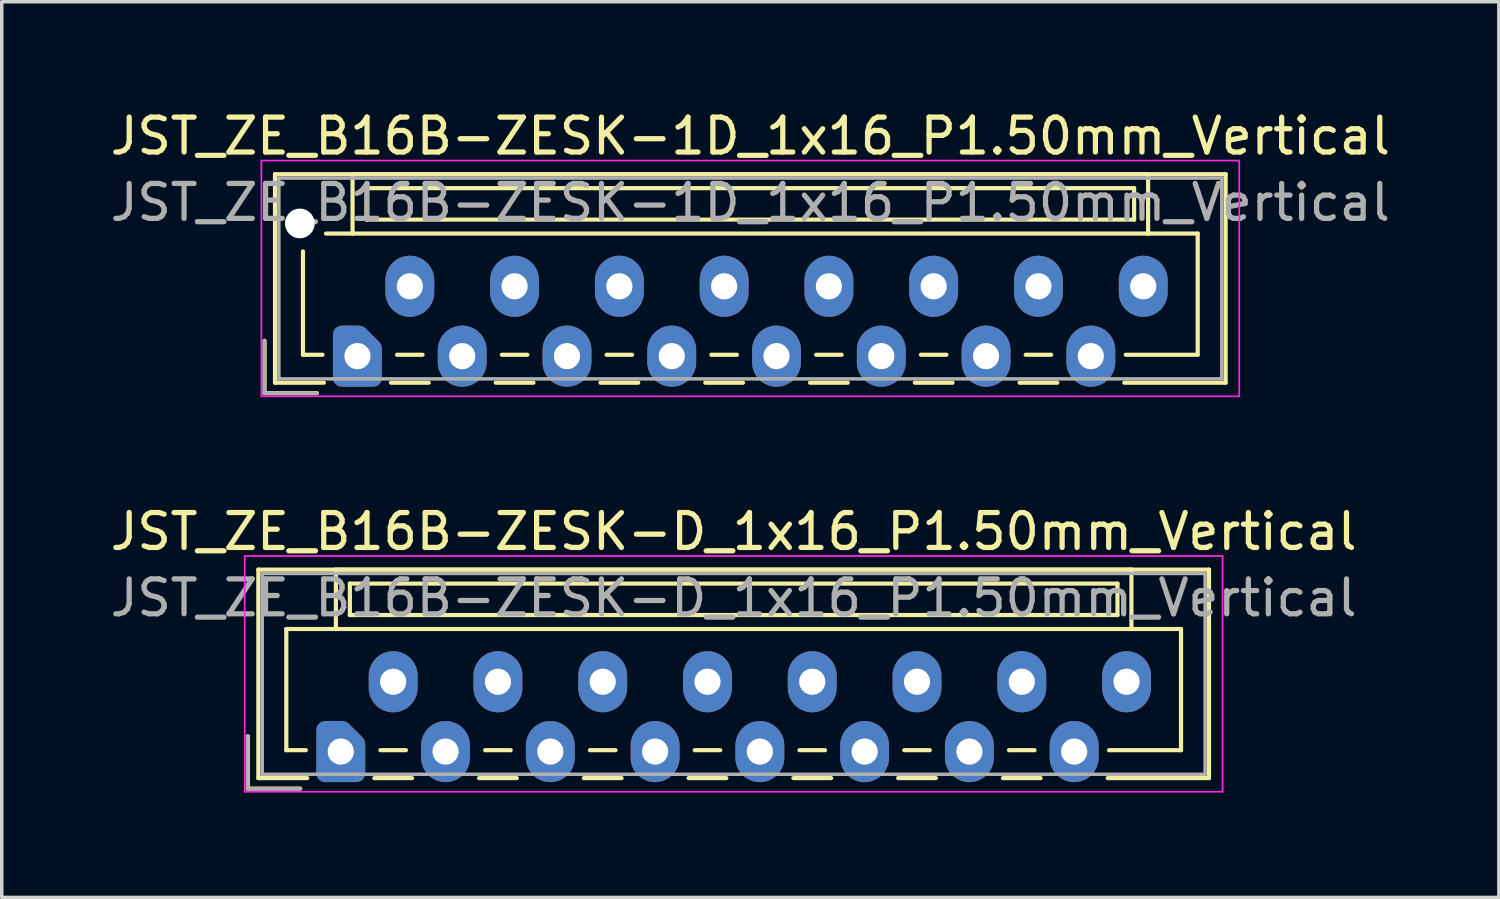
<source format=kicad_pcb>
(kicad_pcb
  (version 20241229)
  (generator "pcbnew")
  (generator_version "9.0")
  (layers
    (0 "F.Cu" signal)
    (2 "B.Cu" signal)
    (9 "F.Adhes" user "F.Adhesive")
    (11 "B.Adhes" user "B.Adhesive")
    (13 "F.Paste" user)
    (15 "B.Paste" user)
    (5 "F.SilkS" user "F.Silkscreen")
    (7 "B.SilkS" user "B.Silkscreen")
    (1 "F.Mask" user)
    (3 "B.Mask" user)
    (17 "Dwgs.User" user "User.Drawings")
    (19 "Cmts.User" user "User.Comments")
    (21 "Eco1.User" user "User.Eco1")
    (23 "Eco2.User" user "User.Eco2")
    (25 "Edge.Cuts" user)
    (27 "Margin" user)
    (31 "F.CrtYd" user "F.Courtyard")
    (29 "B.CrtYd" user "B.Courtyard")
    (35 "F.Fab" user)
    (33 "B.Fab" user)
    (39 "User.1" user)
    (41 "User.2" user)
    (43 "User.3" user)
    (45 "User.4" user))
  (footprint "JST_ZE_B16B-ZESK-D_1x16_P1.50mm_Vertical"
    (layer "F.Cu")
    (at 6.708 18.471)
    (property "Reference" "JST_ZE_B16B-ZESK-D_1x16_P1.50mm_Vertical" (at 11.25 -6.3 0) (layer "F.SilkS") (effects (font (size 1 1) (thickness 0.15))))
    (attr through_hole)
    (fp_line (start -2.66 -0.44) (end -2.66 1.06) (stroke (width 0.12) (type solid)) (layer "F.SilkS"))
    (fp_line (start -2.66 1.06) (end -1.16 1.06) (stroke (width 0.12) (type solid)) (layer "F.SilkS"))
    (fp_line (start -2.36 -5.21) (end 24.86 -5.21) (stroke (width 0.12) (type solid)) (layer "F.SilkS"))
    (fp_line (start -2.36 0.76) (end -2.36 -5.21) (stroke (width 0.12) (type solid)) (layer "F.SilkS"))
    (fp_line (start -1.56 -3.51) (end -1.56 -0.04) (stroke (width 0.12) (type solid)) (layer "F.SilkS"))
    (fp_line (start -1.56 -0.04) (end -1 -0.04) (stroke (width 0.12) (type solid)) (layer "F.SilkS"))
    (fp_line (start -0.96 0.76) (end -2.36 0.76) (stroke (width 0.12) (type solid)) (layer "F.SilkS"))
    (fp_line (start -0.14 -5.21) (end -0.14 -3.51) (stroke (width 0.12) (type solid)) (layer "F.SilkS"))
    (fp_line (start -0.14 -3.51) (end -1.56 -3.51) (stroke (width 0.12) (type solid)) (layer "F.SilkS"))
    (fp_line (start -0.14 -3.51) (end 22.64 -3.51) (stroke (width 0.12) (type solid)) (layer "F.SilkS"))
    (fp_line (start 0.26 -4.81) (end 0.26 -3.91) (stroke (width 0.12) (type solid)) (layer "F.SilkS"))
    (fp_line (start 0.26 -3.91) (end 22.24 -3.91) (stroke (width 0.12) (type solid)) (layer "F.SilkS"))
    (fp_line (start 0.96 0.76) (end 2.04 0.76) (stroke (width 0.12) (type solid)) (layer "F.SilkS"))
    (fp_line (start 1.135 -0.04) (end 1.865 -0.04) (stroke (width 0.12) (type solid)) (layer "F.SilkS"))
    (fp_line (start 3.96 0.76) (end 5.04 0.76) (stroke (width 0.12) (type solid)) (layer "F.SilkS"))
    (fp_line (start 4.135 -0.04) (end 4.865 -0.04) (stroke (width 0.12) (type solid)) (layer "F.SilkS"))
    (fp_line (start 6.96 0.76) (end 8.04 0.76) (stroke (width 0.12) (type solid)) (layer "F.SilkS"))
    (fp_line (start 7.135 -0.04) (end 7.865 -0.04) (stroke (width 0.12) (type solid)) (layer "F.SilkS"))
    (fp_line (start 9.96 0.76) (end 11.04 0.76) (stroke (width 0.12) (type solid)) (layer "F.SilkS"))
    (fp_line (start 10.135 -0.04) (end 10.865 -0.04) (stroke (width 0.12) (type solid)) (layer "F.SilkS"))
    (fp_line (start 12.96 0.76) (end 14.04 0.76) (stroke (width 0.12) (type solid)) (layer "F.SilkS"))
    (fp_line (start 13.135 -0.04) (end 13.865 -0.04) (stroke (width 0.12) (type solid)) (layer "F.SilkS"))
    (fp_line (start 15.96 0.76) (end 17.04 0.76) (stroke (width 0.12) (type solid)) (layer "F.SilkS"))
    (fp_line (start 16.135 -0.04) (end 16.865 -0.04) (stroke (width 0.12) (type solid)) (layer "F.SilkS"))
    (fp_line (start 18.96 0.76) (end 20.04 0.76) (stroke (width 0.12) (type solid)) (layer "F.SilkS"))
    (fp_line (start 19.135 -0.04) (end 19.865 -0.04) (stroke (width 0.12) (type solid)) (layer "F.SilkS"))
    (fp_line (start 22.24 -4.81) (end 0.26 -4.81) (stroke (width 0.12) (type solid)) (layer "F.SilkS"))
    (fp_line (start 22.24 -3.91) (end 22.24 -4.81) (stroke (width 0.12) (type solid)) (layer "F.SilkS"))
    (fp_line (start 22.64 -5.21) (end -0.14 -5.21) (stroke (width 0.12) (type solid)) (layer "F.SilkS"))
    (fp_line (start 22.64 -3.51) (end 22.64 -5.21) (stroke (width 0.12) (type solid)) (layer "F.SilkS"))
    (fp_line (start 22.64 -3.51) (end 24.06 -3.51) (stroke (width 0.12) (type solid)) (layer "F.SilkS"))
    (fp_line (start 24.06 -3.51) (end 24.06 -0.04) (stroke (width 0.12) (type solid)) (layer "F.SilkS"))
    (fp_line (start 24.06 -0.04) (end 22 -0.04) (stroke (width 0.12) (type solid)) (layer "F.SilkS"))
    (fp_line (start 24.86 -5.21) (end 24.86 0.76) (stroke (width 0.12) (type solid)) (layer "F.SilkS"))
    (fp_line (start 24.86 0.76) (end 21.96 0.76) (stroke (width 0.12) (type solid)) (layer "F.SilkS"))
    (fp_line (start -2.75 -5.6) (end -2.75 1.15) (stroke (width 0.05) (type solid)) (layer "F.CrtYd"))
    (fp_line (start -2.75 1.15) (end 25.25 1.15) (stroke (width 0.05) (type solid)) (layer "F.CrtYd"))
    (fp_line (start 25.25 -5.6) (end -2.75 -5.6) (stroke (width 0.05) (type solid)) (layer "F.CrtYd"))
    (fp_line (start 25.25 1.15) (end 25.25 -5.6) (stroke (width 0.05) (type solid)) (layer "F.CrtYd"))
    (fp_line (start -2.66 -0.44) (end -2.66 1.06) (stroke (width 0.1) (type solid)) (layer "F.Fab"))
    (fp_line (start -2.66 1.06) (end -1.16 1.06) (stroke (width 0.1) (type solid)) (layer "F.Fab"))
    (fp_line (start -2.25 -5.1) (end -2.25 0.65) (stroke (width 0.1) (type solid)) (layer "F.Fab"))
    (fp_line (start -2.25 0.65) (end 24.75 0.65) (stroke (width 0.1) (type solid)) (layer "F.Fab"))
    (fp_line (start 24.75 -5.1) (end -2.25 -5.1) (stroke (width 0.1) (type solid)) (layer "F.Fab"))
    (fp_line (start 24.75 0.65) (end 24.75 -5.1) (stroke (width 0.1) (type solid)) (layer "F.Fab"))
    (fp_text user "${REFERENCE}" (at 11.25 -4.4 0) (layer "F.Fab") (effects (font (size 1 1) (thickness 0.15))))
    (pad "1" thru_hole custom (at 0 0) (size 1.117 1.117) (drill 0.75) (layers "*.Cu" "*.Mask") (options (anchor circle)) (primitives (gr_poly (pts (xy 0.45 -0.225) (xy 0.45 0.625) (xy -0.45 0.625) (xy -0.45 -0.625) (xy 0.05 -0.625)) (width 0.5) (fill yes))))
    (pad "2" thru_hole oval (at 1.5 -2) (size 1.4 1.75) (drill 0.75) (layers "*.Cu" "*.Mask"))
    (pad "3" thru_hole oval (at 3 0) (size 1.4 1.75) (drill 0.75) (layers "*.Cu" "*.Mask"))
    (pad "4" thru_hole oval (at 4.5 -2) (size 1.4 1.75) (drill 0.75) (layers "*.Cu" "*.Mask"))
    (pad "5" thru_hole oval (at 6 0) (size 1.4 1.75) (drill 0.75) (layers "*.Cu" "*.Mask"))
    (pad "6" thru_hole oval (at 7.5 -2) (size 1.4 1.75) (drill 0.75) (layers "*.Cu" "*.Mask"))
    (pad "7" thru_hole oval (at 9 0) (size 1.4 1.75) (drill 0.75) (layers "*.Cu" "*.Mask"))
    (pad "8" thru_hole oval (at 10.5 -2) (size 1.4 1.75) (drill 0.75) (layers "*.Cu" "*.Mask"))
    (pad "9" thru_hole oval (at 12 0) (size 1.4 1.75) (drill 0.75) (layers "*.Cu" "*.Mask"))
    (pad "10" thru_hole oval (at 13.5 -2) (size 1.4 1.75) (drill 0.75) (layers "*.Cu" "*.Mask"))
    (pad "11" thru_hole oval (at 15 0) (size 1.4 1.75) (drill 0.75) (layers "*.Cu" "*.Mask"))
    (pad "12" thru_hole oval (at 16.5 -2) (size 1.4 1.75) (drill 0.75) (layers "*.Cu" "*.Mask"))
    (pad "13" thru_hole oval (at 18 0) (size 1.4 1.75) (drill 0.75) (layers "*.Cu" "*.Mask"))
    (pad "14" thru_hole oval (at 19.5 -2) (size 1.4 1.75) (drill 0.75) (layers "*.Cu" "*.Mask"))
    (pad "15" thru_hole oval (at 21 0) (size 1.4 1.75) (drill 0.75) (layers "*.Cu" "*.Mask"))
    (pad "16" thru_hole oval (at 22.5 -2) (size 1.4 1.75) (drill 0.75) (layers "*.Cu" "*.Mask")))
  (footprint "JST_ZE_B16B-ZESK-1D_1x16_P1.50mm_Vertical"
    (layer "F.Cu")
    (at 7.185 7.148)
    (property "Reference" "JST_ZE_B16B-ZESK-1D_1x16_P1.50mm_Vertical" (at 11.25 -6.3 0) (layer "F.SilkS") (effects (font (size 1 1) (thickness 0.15))))
    (attr through_hole)
    (fp_line (start -2.66 -0.44) (end -2.66 1.06) (stroke (width 0.12) (type solid)) (layer "F.SilkS"))
    (fp_line (start -2.66 1.06) (end -1.16 1.06) (stroke (width 0.12) (type solid)) (layer "F.SilkS"))
    (fp_line (start -2.36 -5.21) (end 24.86 -5.21) (stroke (width 0.12) (type solid)) (layer "F.SilkS"))
    (fp_line (start -2.36 0.76) (end -2.36 -5.21) (stroke (width 0.12) (type solid)) (layer "F.SilkS"))
    (fp_line (start -1.56 -3) (end -1.56 -0.04) (stroke (width 0.12) (type solid)) (layer "F.SilkS"))
    (fp_line (start -1.56 -0.04) (end -1 -0.04) (stroke (width 0.12) (type solid)) (layer "F.SilkS"))
    (fp_line (start -0.96 0.76) (end -2.36 0.76) (stroke (width 0.12) (type solid)) (layer "F.SilkS"))
    (fp_line (start -0.14 -5.21) (end -0.14 -3.51) (stroke (width 0.12) (type solid)) (layer "F.SilkS"))
    (fp_line (start -0.14 -3.51) (end -0.9 -3.51) (stroke (width 0.12) (type solid)) (layer "F.SilkS"))
    (fp_line (start -0.14 -3.51) (end 22.64 -3.51) (stroke (width 0.12) (type solid)) (layer "F.SilkS"))
    (fp_line (start 0.26 -4.81) (end 0.26 -3.91) (stroke (width 0.12) (type solid)) (layer "F.SilkS"))
    (fp_line (start 0.26 -3.91) (end 22.24 -3.91) (stroke (width 0.12) (type solid)) (layer "F.SilkS"))
    (fp_line (start 0.96 0.76) (end 2.04 0.76) (stroke (width 0.12) (type solid)) (layer "F.SilkS"))
    (fp_line (start 1.135 -0.04) (end 1.865 -0.04) (stroke (width 0.12) (type solid)) (layer "F.SilkS"))
    (fp_line (start 3.96 0.76) (end 5.04 0.76) (stroke (width 0.12) (type solid)) (layer "F.SilkS"))
    (fp_line (start 4.135 -0.04) (end 4.865 -0.04) (stroke (width 0.12) (type solid)) (layer "F.SilkS"))
    (fp_line (start 6.96 0.76) (end 8.04 0.76) (stroke (width 0.12) (type solid)) (layer "F.SilkS"))
    (fp_line (start 7.135 -0.04) (end 7.865 -0.04) (stroke (width 0.12) (type solid)) (layer "F.SilkS"))
    (fp_line (start 9.96 0.76) (end 11.04 0.76) (stroke (width 0.12) (type solid)) (layer "F.SilkS"))
    (fp_line (start 10.135 -0.04) (end 10.865 -0.04) (stroke (width 0.12) (type solid)) (layer "F.SilkS"))
    (fp_line (start 12.96 0.76) (end 14.04 0.76) (stroke (width 0.12) (type solid)) (layer "F.SilkS"))
    (fp_line (start 13.135 -0.04) (end 13.865 -0.04) (stroke (width 0.12) (type solid)) (layer "F.SilkS"))
    (fp_line (start 15.96 0.76) (end 17.04 0.76) (stroke (width 0.12) (type solid)) (layer "F.SilkS"))
    (fp_line (start 16.135 -0.04) (end 16.865 -0.04) (stroke (width 0.12) (type solid)) (layer "F.SilkS"))
    (fp_line (start 18.96 0.76) (end 20.04 0.76) (stroke (width 0.12) (type solid)) (layer "F.SilkS"))
    (fp_line (start 19.135 -0.04) (end 19.865 -0.04) (stroke (width 0.12) (type solid)) (layer "F.SilkS"))
    (fp_line (start 22.24 -4.81) (end 0.26 -4.81) (stroke (width 0.12) (type solid)) (layer "F.SilkS"))
    (fp_line (start 22.24 -3.91) (end 22.24 -4.81) (stroke (width 0.12) (type solid)) (layer "F.SilkS"))
    (fp_line (start 22.64 -5.21) (end -0.14 -5.21) (stroke (width 0.12) (type solid)) (layer "F.SilkS"))
    (fp_line (start 22.64 -3.51) (end 22.64 -5.21) (stroke (width 0.12) (type solid)) (layer "F.SilkS"))
    (fp_line (start 22.64 -3.51) (end 24.06 -3.51) (stroke (width 0.12) (type solid)) (layer "F.SilkS"))
    (fp_line (start 24.06 -3.51) (end 24.06 -0.04) (stroke (width 0.12) (type solid)) (layer "F.SilkS"))
    (fp_line (start 24.06 -0.04) (end 22 -0.04) (stroke (width 0.12) (type solid)) (layer "F.SilkS"))
    (fp_line (start 24.86 -5.21) (end 24.86 0.76) (stroke (width 0.12) (type solid)) (layer "F.SilkS"))
    (fp_line (start 24.86 0.76) (end 21.96 0.76) (stroke (width 0.12) (type solid)) (layer "F.SilkS"))
    (fp_line (start -2.75 -5.6) (end -2.75 1.15) (stroke (width 0.05) (type solid)) (layer "F.CrtYd"))
    (fp_line (start -2.75 1.15) (end 25.25 1.15) (stroke (width 0.05) (type solid)) (layer "F.CrtYd"))
    (fp_line (start 25.25 -5.6) (end -2.75 -5.6) (stroke (width 0.05) (type solid)) (layer "F.CrtYd"))
    (fp_line (start 25.25 1.15) (end 25.25 -5.6) (stroke (width 0.05) (type solid)) (layer "F.CrtYd"))
    (fp_line (start -2.66 -0.44) (end -2.66 1.06) (stroke (width 0.1) (type solid)) (layer "F.Fab"))
    (fp_line (start -2.66 1.06) (end -1.16 1.06) (stroke (width 0.1) (type solid)) (layer "F.Fab"))
    (fp_line (start -2.25 -5.1) (end -2.25 0.65) (stroke (width 0.1) (type solid)) (layer "F.Fab"))
    (fp_line (start -2.25 0.65) (end 24.75 0.65) (stroke (width 0.1) (type solid)) (layer "F.Fab"))
    (fp_line (start 24.75 -5.1) (end -2.25 -5.1) (stroke (width 0.1) (type solid)) (layer "F.Fab"))
    (fp_line (start 24.75 0.65) (end 24.75 -5.1) (stroke (width 0.1) (type solid)) (layer "F.Fab"))
    (fp_text user "${REFERENCE}" (at 11.25 -4.4 0) (layer "F.Fab") (effects (font (size 1 1) (thickness 0.15))))
    (pad "" np_thru_hole circle (at -1.65 -3.8) (size 0.85 0.85) (drill 0.85) (layers "*.Cu" "*.Mask"))
    (pad "1" thru_hole custom (at 0 0) (size 1.117 1.117) (drill 0.75) (layers "*.Cu" "*.Mask") (options (anchor circle)) (primitives (gr_poly (pts (xy 0.45 -0.225) (xy 0.45 0.625) (xy -0.45 0.625) (xy -0.45 -0.625) (xy 0.05 -0.625)) (width 0.5) (fill yes))))
    (pad "2" thru_hole oval (at 1.5 -2) (size 1.4 1.75) (drill 0.75) (layers "*.Cu" "*.Mask"))
    (pad "3" thru_hole oval (at 3 0) (size 1.4 1.75) (drill 0.75) (layers "*.Cu" "*.Mask"))
    (pad "4" thru_hole oval (at 4.5 -2) (size 1.4 1.75) (drill 0.75) (layers "*.Cu" "*.Mask"))
    (pad "5" thru_hole oval (at 6 0) (size 1.4 1.75) (drill 0.75) (layers "*.Cu" "*.Mask"))
    (pad "6" thru_hole oval (at 7.5 -2) (size 1.4 1.75) (drill 0.75) (layers "*.Cu" "*.Mask"))
    (pad "7" thru_hole oval (at 9 0) (size 1.4 1.75) (drill 0.75) (layers "*.Cu" "*.Mask"))
    (pad "8" thru_hole oval (at 10.5 -2) (size 1.4 1.75) (drill 0.75) (layers "*.Cu" "*.Mask"))
    (pad "9" thru_hole oval (at 12 0) (size 1.4 1.75) (drill 0.75) (layers "*.Cu" "*.Mask"))
    (pad "10" thru_hole oval (at 13.5 -2) (size 1.4 1.75) (drill 0.75) (layers "*.Cu" "*.Mask"))
    (pad "11" thru_hole oval (at 15 0) (size 1.4 1.75) (drill 0.75) (layers "*.Cu" "*.Mask"))
    (pad "12" thru_hole oval (at 16.5 -2) (size 1.4 1.75) (drill 0.75) (layers "*.Cu" "*.Mask"))
    (pad "13" thru_hole oval (at 18 0) (size 1.4 1.75) (drill 0.75) (layers "*.Cu" "*.Mask"))
    (pad "14" thru_hole oval (at 19.5 -2) (size 1.4 1.75) (drill 0.75) (layers "*.Cu" "*.Mask"))
    (pad "15" thru_hole oval (at 21 0) (size 1.4 1.75) (drill 0.75) (layers "*.Cu" "*.Mask"))
    (pad "16" thru_hole oval (at 22.5 -2) (size 1.4 1.75) (drill 0.75) (layers "*.Cu" "*.Mask")))
  (gr_rect
    (start -3 -3)
    (end 39.869 22.646)
    (stroke (width 0.1) (type default))
    (fill no)
    (layer "Edge.Cuts")))
</source>
